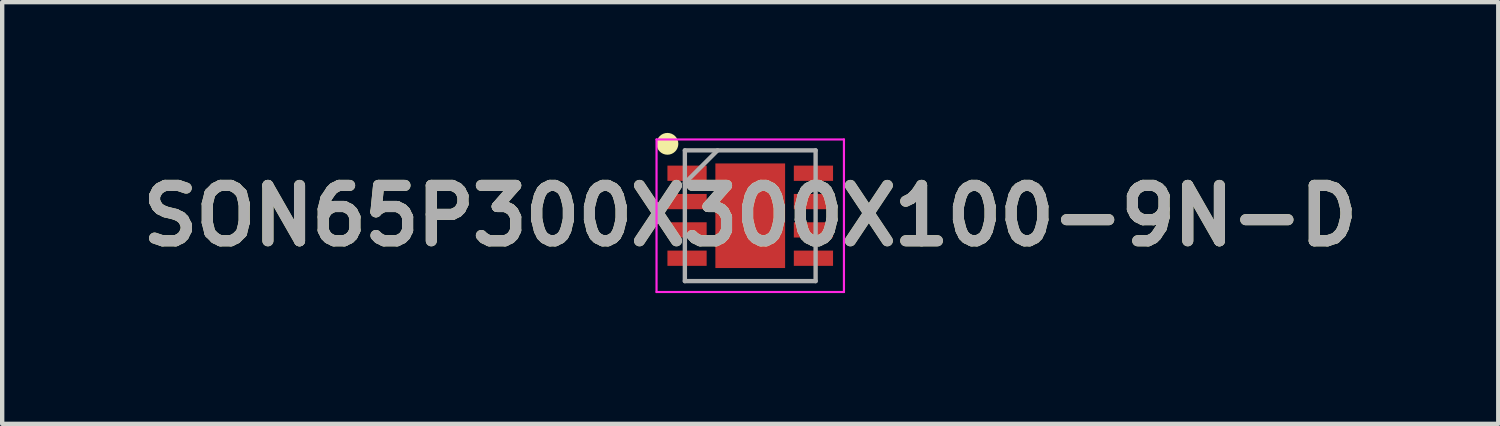
<source format=kicad_pcb>
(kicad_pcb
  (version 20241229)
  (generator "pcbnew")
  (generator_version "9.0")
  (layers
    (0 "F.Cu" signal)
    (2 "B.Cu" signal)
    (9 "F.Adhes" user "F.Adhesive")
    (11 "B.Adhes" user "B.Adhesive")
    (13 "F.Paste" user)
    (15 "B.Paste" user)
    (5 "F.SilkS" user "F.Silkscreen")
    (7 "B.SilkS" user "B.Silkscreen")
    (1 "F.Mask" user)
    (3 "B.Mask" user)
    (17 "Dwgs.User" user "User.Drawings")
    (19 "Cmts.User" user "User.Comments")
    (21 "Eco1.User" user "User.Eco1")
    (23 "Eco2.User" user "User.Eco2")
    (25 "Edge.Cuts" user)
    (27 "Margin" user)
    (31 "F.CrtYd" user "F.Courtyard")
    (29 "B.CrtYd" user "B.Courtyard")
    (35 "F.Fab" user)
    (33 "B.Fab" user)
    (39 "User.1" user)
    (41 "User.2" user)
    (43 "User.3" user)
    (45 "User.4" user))
  (footprint "SON65P300X300X100-9N-D"
    (layer "F.Cu")
    (at 14.164 1.9)
    (property "Reference" "SON65P300X300X100-9N-D" (at 0 0 0) (layer "F.SilkS") (effects (font (size 1.27 1.27) (thickness 0.254))))
    (attr smd)
    (fp_circle (center -1.9 -1.65) (end -1.9 -1.525) (stroke (width 0.25) (type solid)) (fill no) (layer "F.SilkS"))
    (fp_line (start -2.15 -1.75) (end 2.15 -1.75) (stroke (width 0.05) (type solid)) (layer "F.CrtYd"))
    (fp_line (start -2.15 1.75) (end -2.15 -1.75) (stroke (width 0.05) (type solid)) (layer "F.CrtYd"))
    (fp_line (start 2.15 -1.75) (end 2.15 1.75) (stroke (width 0.05) (type solid)) (layer "F.CrtYd"))
    (fp_line (start 2.15 1.75) (end -2.15 1.75) (stroke (width 0.05) (type solid)) (layer "F.CrtYd"))
    (fp_line (start -1.5 -1.5) (end 1.5 -1.5) (stroke (width 0.1) (type solid)) (layer "F.Fab"))
    (fp_line (start -1.5 -0.75) (end -0.75 -1.5) (stroke (width 0.1) (type solid)) (layer "F.Fab"))
    (fp_line (start -1.5 1.5) (end -1.5 -1.5) (stroke (width 0.1) (type solid)) (layer "F.Fab"))
    (fp_line (start 1.5 -1.5) (end 1.5 1.5) (stroke (width 0.1) (type solid)) (layer "F.Fab"))
    (fp_line (start 1.5 1.5) (end -1.5 1.5) (stroke (width 0.1) (type solid)) (layer "F.Fab"))
    (fp_text user "${REFERENCE}" (at 0 0 0) (layer "F.Fab") (effects (font (size 1.27 1.27) (thickness 0.254))))
    (pad "1" smd rect (at -1.45 -0.975 90) (size 0.35 0.9) (layers "F.Cu" "F.Mask" "F.Paste"))
    (pad "2" smd rect (at -1.45 -0.325 90) (size 0.35 0.9) (layers "F.Cu" "F.Mask" "F.Paste"))
    (pad "3" smd rect (at -1.45 0.325 90) (size 0.35 0.9) (layers "F.Cu" "F.Mask" "F.Paste"))
    (pad "4" smd rect (at -1.45 0.975 90) (size 0.35 0.9) (layers "F.Cu" "F.Mask" "F.Paste"))
    (pad "5" smd rect (at 1.45 0.975 90) (size 0.35 0.9) (layers "F.Cu" "F.Mask" "F.Paste"))
    (pad "6" smd rect (at 1.45 0.325 90) (size 0.35 0.9) (layers "F.Cu" "F.Mask" "F.Paste"))
    (pad "7" smd rect (at 1.45 -0.325 90) (size 0.35 0.9) (layers "F.Cu" "F.Mask" "F.Paste"))
    (pad "8" smd rect (at 1.45 -0.975 90) (size 0.35 0.9) (layers "F.Cu" "F.Mask" "F.Paste"))
    (pad "9" smd rect (at 0 0) (size 1.6 2.4) (layers "F.Cu" "F.Mask" "F.Paste")))
  (gr_rect
    (start -3 -3)
    (end 31.327 6.675)
    (stroke (width 0.1) (type default))
    (fill no)
    (layer "Edge.Cuts")))
</source>
